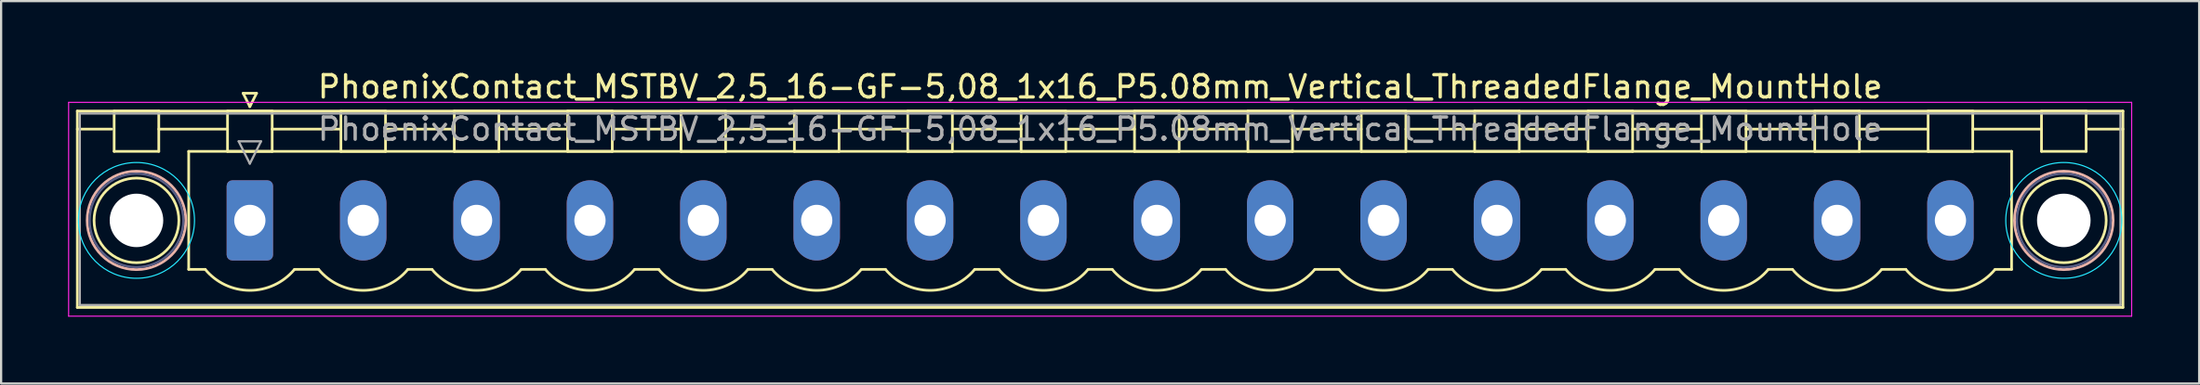
<source format=kicad_pcb>
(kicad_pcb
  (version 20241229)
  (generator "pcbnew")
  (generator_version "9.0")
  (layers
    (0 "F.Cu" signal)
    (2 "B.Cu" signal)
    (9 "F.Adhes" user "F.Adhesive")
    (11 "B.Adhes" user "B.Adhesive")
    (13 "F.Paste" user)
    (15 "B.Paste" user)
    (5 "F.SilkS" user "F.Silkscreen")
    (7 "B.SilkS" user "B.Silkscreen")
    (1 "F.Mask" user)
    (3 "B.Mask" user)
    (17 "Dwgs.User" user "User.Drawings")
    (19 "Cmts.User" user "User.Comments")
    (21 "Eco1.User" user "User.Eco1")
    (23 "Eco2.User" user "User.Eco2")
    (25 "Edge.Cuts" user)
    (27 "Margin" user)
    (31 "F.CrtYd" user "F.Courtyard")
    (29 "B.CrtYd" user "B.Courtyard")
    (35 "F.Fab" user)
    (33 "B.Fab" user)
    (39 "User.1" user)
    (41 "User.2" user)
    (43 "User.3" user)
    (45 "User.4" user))
  (footprint "PhoenixContact_MSTBV_2,5_16-GF-5,08_1x16_P5.08mm_Vertical_ThreadedFlange_MountHole"
    (layer "F.Cu")
    (at 8.145 6.848)
    (property "Reference" "PhoenixContact_MSTBV_2,5_16-GF-5,08_1x16_P5.08mm_Vertical_ThreadedFlange_MountHole" (at 38.1 -6 0) (layer "F.SilkS") (effects (font (size 1 1) (thickness 0.15))))
    (attr through_hole)
    (fp_line (start -7.73 -4.91) (end -7.73 3.91) (stroke (width 0.12) (type solid)) (layer "F.SilkS"))
    (fp_line (start -7.73 -4.1) (end -6.19 -4.1) (stroke (width 0.12) (type solid)) (layer "F.SilkS"))
    (fp_line (start -7.73 3.91) (end 83.93 3.91) (stroke (width 0.12) (type solid)) (layer "F.SilkS"))
    (fp_line (start -6.08 -4.91) (end -4.08 -4.91) (stroke (width 0.12) (type solid)) (layer "F.SilkS"))
    (fp_line (start -6.08 -3.1) (end -6.08 -4.91) (stroke (width 0.12) (type solid)) (layer "F.SilkS"))
    (fp_line (start -4.08 -4.91) (end -4.08 -3.1) (stroke (width 0.12) (type solid)) (layer "F.SilkS"))
    (fp_line (start -4.08 -4.1) (end -1 -4.1) (stroke (width 0.12) (type solid)) (layer "F.SilkS"))
    (fp_line (start -4.08 -3.1) (end -6.08 -3.1) (stroke (width 0.12) (type solid)) (layer "F.SilkS"))
    (fp_line (start -2.74 -3.1) (end 78.94 -3.1) (stroke (width 0.12) (type solid)) (layer "F.SilkS"))
    (fp_line (start -2.74 2.2) (end -2.74 -3.1) (stroke (width 0.12) (type solid)) (layer "F.SilkS"))
    (fp_line (start -2 2.2) (end -2.74 2.2) (stroke (width 0.12) (type solid)) (layer "F.SilkS"))
    (fp_line (start -1 -4.91) (end 1 -4.91) (stroke (width 0.12) (type solid)) (layer "F.SilkS"))
    (fp_line (start -1 -3.1) (end -1 -4.91) (stroke (width 0.12) (type solid)) (layer "F.SilkS"))
    (fp_line (start -0.3 -5.71) (end 0.3 -5.71) (stroke (width 0.12) (type solid)) (layer "F.SilkS"))
    (fp_line (start 0 -5.11) (end -0.3 -5.71) (stroke (width 0.12) (type solid)) (layer "F.SilkS"))
    (fp_line (start 0.3 -5.71) (end 0 -5.11) (stroke (width 0.12) (type solid)) (layer "F.SilkS"))
    (fp_line (start 1 -4.91) (end 1 -3.1) (stroke (width 0.12) (type solid)) (layer "F.SilkS"))
    (fp_line (start 1 -4.1) (end 4.08 -4.1) (stroke (width 0.12) (type solid)) (layer "F.SilkS"))
    (fp_line (start 1 -3.1) (end -1 -3.1) (stroke (width 0.12) (type solid)) (layer "F.SilkS"))
    (fp_line (start 2 2.2) (end 3.08 2.2) (stroke (width 0.12) (type solid)) (layer "F.SilkS"))
    (fp_line (start 4.08 -4.91) (end 6.08 -4.91) (stroke (width 0.12) (type solid)) (layer "F.SilkS"))
    (fp_line (start 4.08 -3.1) (end 4.08 -4.91) (stroke (width 0.12) (type solid)) (layer "F.SilkS"))
    (fp_line (start 6.08 -4.91) (end 6.08 -3.1) (stroke (width 0.12) (type solid)) (layer "F.SilkS"))
    (fp_line (start 6.08 -4.1) (end 9.16 -4.1) (stroke (width 0.12) (type solid)) (layer "F.SilkS"))
    (fp_line (start 6.08 -3.1) (end 4.08 -3.1) (stroke (width 0.12) (type solid)) (layer "F.SilkS"))
    (fp_line (start 7.08 2.2) (end 8.16 2.2) (stroke (width 0.12) (type solid)) (layer "F.SilkS"))
    (fp_line (start 9.16 -4.91) (end 11.16 -4.91) (stroke (width 0.12) (type solid)) (layer "F.SilkS"))
    (fp_line (start 9.16 -3.1) (end 9.16 -4.91) (stroke (width 0.12) (type solid)) (layer "F.SilkS"))
    (fp_line (start 11.16 -4.91) (end 11.16 -3.1) (stroke (width 0.12) (type solid)) (layer "F.SilkS"))
    (fp_line (start 11.16 -4.1) (end 14.24 -4.1) (stroke (width 0.12) (type solid)) (layer "F.SilkS"))
    (fp_line (start 11.16 -3.1) (end 9.16 -3.1) (stroke (width 0.12) (type solid)) (layer "F.SilkS"))
    (fp_line (start 12.16 2.2) (end 13.24 2.2) (stroke (width 0.12) (type solid)) (layer "F.SilkS"))
    (fp_line (start 14.24 -4.91) (end 16.24 -4.91) (stroke (width 0.12) (type solid)) (layer "F.SilkS"))
    (fp_line (start 14.24 -3.1) (end 14.24 -4.91) (stroke (width 0.12) (type solid)) (layer "F.SilkS"))
    (fp_line (start 16.24 -4.91) (end 16.24 -3.1) (stroke (width 0.12) (type solid)) (layer "F.SilkS"))
    (fp_line (start 16.24 -4.1) (end 19.32 -4.1) (stroke (width 0.12) (type solid)) (layer "F.SilkS"))
    (fp_line (start 16.24 -3.1) (end 14.24 -3.1) (stroke (width 0.12) (type solid)) (layer "F.SilkS"))
    (fp_line (start 17.24 2.2) (end 18.32 2.2) (stroke (width 0.12) (type solid)) (layer "F.SilkS"))
    (fp_line (start 19.32 -4.91) (end 21.32 -4.91) (stroke (width 0.12) (type solid)) (layer "F.SilkS"))
    (fp_line (start 19.32 -3.1) (end 19.32 -4.91) (stroke (width 0.12) (type solid)) (layer "F.SilkS"))
    (fp_line (start 21.32 -4.91) (end 21.32 -3.1) (stroke (width 0.12) (type solid)) (layer "F.SilkS"))
    (fp_line (start 21.32 -4.1) (end 24.4 -4.1) (stroke (width 0.12) (type solid)) (layer "F.SilkS"))
    (fp_line (start 21.32 -3.1) (end 19.32 -3.1) (stroke (width 0.12) (type solid)) (layer "F.SilkS"))
    (fp_line (start 22.32 2.2) (end 23.4 2.2) (stroke (width 0.12) (type solid)) (layer "F.SilkS"))
    (fp_line (start 24.4 -4.91) (end 26.4 -4.91) (stroke (width 0.12) (type solid)) (layer "F.SilkS"))
    (fp_line (start 24.4 -3.1) (end 24.4 -4.91) (stroke (width 0.12) (type solid)) (layer "F.SilkS"))
    (fp_line (start 26.4 -4.91) (end 26.4 -3.1) (stroke (width 0.12) (type solid)) (layer "F.SilkS"))
    (fp_line (start 26.4 -4.1) (end 29.48 -4.1) (stroke (width 0.12) (type solid)) (layer "F.SilkS"))
    (fp_line (start 26.4 -3.1) (end 24.4 -3.1) (stroke (width 0.12) (type solid)) (layer "F.SilkS"))
    (fp_line (start 27.4 2.2) (end 28.48 2.2) (stroke (width 0.12) (type solid)) (layer "F.SilkS"))
    (fp_line (start 29.48 -4.91) (end 31.48 -4.91) (stroke (width 0.12) (type solid)) (layer "F.SilkS"))
    (fp_line (start 29.48 -3.1) (end 29.48 -4.91) (stroke (width 0.12) (type solid)) (layer "F.SilkS"))
    (fp_line (start 31.48 -4.91) (end 31.48 -3.1) (stroke (width 0.12) (type solid)) (layer "F.SilkS"))
    (fp_line (start 31.48 -4.1) (end 34.56 -4.1) (stroke (width 0.12) (type solid)) (layer "F.SilkS"))
    (fp_line (start 31.48 -3.1) (end 29.48 -3.1) (stroke (width 0.12) (type solid)) (layer "F.SilkS"))
    (fp_line (start 32.48 2.2) (end 33.56 2.2) (stroke (width 0.12) (type solid)) (layer "F.SilkS"))
    (fp_line (start 34.56 -4.91) (end 36.56 -4.91) (stroke (width 0.12) (type solid)) (layer "F.SilkS"))
    (fp_line (start 34.56 -3.1) (end 34.56 -4.91) (stroke (width 0.12) (type solid)) (layer "F.SilkS"))
    (fp_line (start 36.56 -4.91) (end 36.56 -3.1) (stroke (width 0.12) (type solid)) (layer "F.SilkS"))
    (fp_line (start 36.56 -4.1) (end 39.64 -4.1) (stroke (width 0.12) (type solid)) (layer "F.SilkS"))
    (fp_line (start 36.56 -3.1) (end 34.56 -3.1) (stroke (width 0.12) (type solid)) (layer "F.SilkS"))
    (fp_line (start 37.56 2.2) (end 38.64 2.2) (stroke (width 0.12) (type solid)) (layer "F.SilkS"))
    (fp_line (start 39.64 -4.91) (end 41.64 -4.91) (stroke (width 0.12) (type solid)) (layer "F.SilkS"))
    (fp_line (start 39.64 -3.1) (end 39.64 -4.91) (stroke (width 0.12) (type solid)) (layer "F.SilkS"))
    (fp_line (start 41.64 -4.91) (end 41.64 -3.1) (stroke (width 0.12) (type solid)) (layer "F.SilkS"))
    (fp_line (start 41.64 -4.1) (end 44.72 -4.1) (stroke (width 0.12) (type solid)) (layer "F.SilkS"))
    (fp_line (start 41.64 -3.1) (end 39.64 -3.1) (stroke (width 0.12) (type solid)) (layer "F.SilkS"))
    (fp_line (start 42.64 2.2) (end 43.72 2.2) (stroke (width 0.12) (type solid)) (layer "F.SilkS"))
    (fp_line (start 44.72 -4.91) (end 46.72 -4.91) (stroke (width 0.12) (type solid)) (layer "F.SilkS"))
    (fp_line (start 44.72 -3.1) (end 44.72 -4.91) (stroke (width 0.12) (type solid)) (layer "F.SilkS"))
    (fp_line (start 46.72 -4.91) (end 46.72 -3.1) (stroke (width 0.12) (type solid)) (layer "F.SilkS"))
    (fp_line (start 46.72 -4.1) (end 49.8 -4.1) (stroke (width 0.12) (type solid)) (layer "F.SilkS"))
    (fp_line (start 46.72 -3.1) (end 44.72 -3.1) (stroke (width 0.12) (type solid)) (layer "F.SilkS"))
    (fp_line (start 47.72 2.2) (end 48.8 2.2) (stroke (width 0.12) (type solid)) (layer "F.SilkS"))
    (fp_line (start 49.8 -4.91) (end 51.8 -4.91) (stroke (width 0.12) (type solid)) (layer "F.SilkS"))
    (fp_line (start 49.8 -3.1) (end 49.8 -4.91) (stroke (width 0.12) (type solid)) (layer "F.SilkS"))
    (fp_line (start 51.8 -4.91) (end 51.8 -3.1) (stroke (width 0.12) (type solid)) (layer "F.SilkS"))
    (fp_line (start 51.8 -4.1) (end 54.88 -4.1) (stroke (width 0.12) (type solid)) (layer "F.SilkS"))
    (fp_line (start 51.8 -3.1) (end 49.8 -3.1) (stroke (width 0.12) (type solid)) (layer "F.SilkS"))
    (fp_line (start 52.8 2.2) (end 53.88 2.2) (stroke (width 0.12) (type solid)) (layer "F.SilkS"))
    (fp_line (start 54.88 -4.91) (end 56.88 -4.91) (stroke (width 0.12) (type solid)) (layer "F.SilkS"))
    (fp_line (start 54.88 -3.1) (end 54.88 -4.91) (stroke (width 0.12) (type solid)) (layer "F.SilkS"))
    (fp_line (start 56.88 -4.91) (end 56.88 -3.1) (stroke (width 0.12) (type solid)) (layer "F.SilkS"))
    (fp_line (start 56.88 -4.1) (end 59.96 -4.1) (stroke (width 0.12) (type solid)) (layer "F.SilkS"))
    (fp_line (start 56.88 -3.1) (end 54.88 -3.1) (stroke (width 0.12) (type solid)) (layer "F.SilkS"))
    (fp_line (start 57.88 2.2) (end 58.96 2.2) (stroke (width 0.12) (type solid)) (layer "F.SilkS"))
    (fp_line (start 59.96 -4.91) (end 61.96 -4.91) (stroke (width 0.12) (type solid)) (layer "F.SilkS"))
    (fp_line (start 59.96 -3.1) (end 59.96 -4.91) (stroke (width 0.12) (type solid)) (layer "F.SilkS"))
    (fp_line (start 61.96 -4.91) (end 61.96 -3.1) (stroke (width 0.12) (type solid)) (layer "F.SilkS"))
    (fp_line (start 61.96 -4.1) (end 65.04 -4.1) (stroke (width 0.12) (type solid)) (layer "F.SilkS"))
    (fp_line (start 61.96 -3.1) (end 59.96 -3.1) (stroke (width 0.12) (type solid)) (layer "F.SilkS"))
    (fp_line (start 62.96 2.2) (end 64.04 2.2) (stroke (width 0.12) (type solid)) (layer "F.SilkS"))
    (fp_line (start 65.04 -4.91) (end 67.04 -4.91) (stroke (width 0.12) (type solid)) (layer "F.SilkS"))
    (fp_line (start 65.04 -3.1) (end 65.04 -4.91) (stroke (width 0.12) (type solid)) (layer "F.SilkS"))
    (fp_line (start 67.04 -4.91) (end 67.04 -3.1) (stroke (width 0.12) (type solid)) (layer "F.SilkS"))
    (fp_line (start 67.04 -4.1) (end 70.12 -4.1) (stroke (width 0.12) (type solid)) (layer "F.SilkS"))
    (fp_line (start 67.04 -3.1) (end 65.04 -3.1) (stroke (width 0.12) (type solid)) (layer "F.SilkS"))
    (fp_line (start 68.04 2.2) (end 69.12 2.2) (stroke (width 0.12) (type solid)) (layer "F.SilkS"))
    (fp_line (start 70.12 -4.91) (end 72.12 -4.91) (stroke (width 0.12) (type solid)) (layer "F.SilkS"))
    (fp_line (start 70.12 -3.1) (end 70.12 -4.91) (stroke (width 0.12) (type solid)) (layer "F.SilkS"))
    (fp_line (start 72.12 -4.91) (end 72.12 -3.1) (stroke (width 0.12) (type solid)) (layer "F.SilkS"))
    (fp_line (start 72.12 -4.1) (end 75.2 -4.1) (stroke (width 0.12) (type solid)) (layer "F.SilkS"))
    (fp_line (start 72.12 -3.1) (end 70.12 -3.1) (stroke (width 0.12) (type solid)) (layer "F.SilkS"))
    (fp_line (start 73.12 2.2) (end 74.2 2.2) (stroke (width 0.12) (type solid)) (layer "F.SilkS"))
    (fp_line (start 75.2 -4.91) (end 77.2 -4.91) (stroke (width 0.12) (type solid)) (layer "F.SilkS"))
    (fp_line (start 75.2 -3.1) (end 75.2 -4.91) (stroke (width 0.12) (type solid)) (layer "F.SilkS"))
    (fp_line (start 77.2 -4.91) (end 77.2 -3.1) (stroke (width 0.12) (type solid)) (layer "F.SilkS"))
    (fp_line (start 77.2 -4.1) (end 80.28 -4.1) (stroke (width 0.12) (type solid)) (layer "F.SilkS"))
    (fp_line (start 77.2 -3.1) (end 75.2 -3.1) (stroke (width 0.12) (type solid)) (layer "F.SilkS"))
    (fp_line (start 78.94 -3.1) (end 78.94 2.2) (stroke (width 0.12) (type solid)) (layer "F.SilkS"))
    (fp_line (start 78.94 2.2) (end 78.2 2.2) (stroke (width 0.12) (type solid)) (layer "F.SilkS"))
    (fp_line (start 80.28 -4.91) (end 82.28 -4.91) (stroke (width 0.12) (type solid)) (layer "F.SilkS"))
    (fp_line (start 80.28 -3.1) (end 80.28 -4.91) (stroke (width 0.12) (type solid)) (layer "F.SilkS"))
    (fp_line (start 82.28 -4.91) (end 82.28 -3.1) (stroke (width 0.12) (type solid)) (layer "F.SilkS"))
    (fp_line (start 82.28 -3.1) (end 80.28 -3.1) (stroke (width 0.12) (type solid)) (layer "F.SilkS"))
    (fp_line (start 83.93 -4.91) (end -7.73 -4.91) (stroke (width 0.12) (type solid)) (layer "F.SilkS"))
    (fp_line (start 83.93 -4.1) (end 82.39 -4.1) (stroke (width 0.12) (type solid)) (layer "F.SilkS"))
    (fp_line (start 83.93 3.91) (end 83.93 -4.91) (stroke (width 0.12) (type solid)) (layer "F.SilkS"))
    (fp_arc (start 1.986842 2.215821) (mid -0.010289 3.142758) (end -2 2.2) (stroke (width 0.12) (type solid)) (layer "F.SilkS"))
    (fp_arc (start 7.066842 2.215821) (mid 5.069711 3.142758) (end 3.08 2.2) (stroke (width 0.12) (type solid)) (layer "F.SilkS"))
    (fp_arc (start 12.146842 2.215821) (mid 10.149711 3.142758) (end 8.16 2.2) (stroke (width 0.12) (type solid)) (layer "F.SilkS"))
    (fp_arc (start 17.226842 2.215821) (mid 15.229711 3.142758) (end 13.24 2.2) (stroke (width 0.12) (type solid)) (layer "F.SilkS"))
    (fp_arc (start 22.306842 2.215821) (mid 20.309711 3.142758) (end 18.32 2.2) (stroke (width 0.12) (type solid)) (layer "F.SilkS"))
    (fp_arc (start 27.386842 2.215821) (mid 25.389711 3.142758) (end 23.4 2.2) (stroke (width 0.12) (type solid)) (layer "F.SilkS"))
    (fp_arc (start 32.466842 2.215821) (mid 30.469711 3.142758) (end 28.48 2.2) (stroke (width 0.12) (type solid)) (layer "F.SilkS"))
    (fp_arc (start 37.546842 2.215821) (mid 35.549711 3.142758) (end 33.56 2.2) (stroke (width 0.12) (type solid)) (layer "F.SilkS"))
    (fp_arc (start 42.626842 2.215821) (mid 40.629711 3.142758) (end 38.64 2.2) (stroke (width 0.12) (type solid)) (layer "F.SilkS"))
    (fp_arc (start 47.706842 2.215821) (mid 45.709711 3.142758) (end 43.72 2.2) (stroke (width 0.12) (type solid)) (layer "F.SilkS"))
    (fp_arc (start 52.786842 2.215821) (mid 50.789711 3.142758) (end 48.8 2.2) (stroke (width 0.12) (type solid)) (layer "F.SilkS"))
    (fp_arc (start 57.866842 2.215821) (mid 55.869711 3.142758) (end 53.88 2.2) (stroke (width 0.12) (type solid)) (layer "F.SilkS"))
    (fp_arc (start 62.946842 2.215821) (mid 60.949711 3.142758) (end 58.96 2.2) (stroke (width 0.12) (type solid)) (layer "F.SilkS"))
    (fp_arc (start 68.026842 2.215821) (mid 66.029711 3.142758) (end 64.04 2.2) (stroke (width 0.12) (type solid)) (layer "F.SilkS"))
    (fp_arc (start 73.106842 2.215821) (mid 71.109711 3.142758) (end 69.12 2.2) (stroke (width 0.12) (type solid)) (layer "F.SilkS"))
    (fp_arc (start 78.186842 2.215821) (mid 76.189711 3.142758) (end 74.2 2.2) (stroke (width 0.12) (type solid)) (layer "F.SilkS"))
    (fp_circle (center -5.08 0) (end -3.18 0) (stroke (width 0.12) (type solid)) (fill no) (layer "F.SilkS"))
    (fp_circle (center 81.28 0) (end 83.18 0) (stroke (width 0.12) (type solid)) (fill no) (layer "F.SilkS"))
    (fp_circle (center -5.08 0) (end -2.87 0) (stroke (width 0.12) (type solid)) (fill no) (layer "B.SilkS"))
    (fp_circle (center 81.28 0) (end 83.49 0) (stroke (width 0.12) (type solid)) (fill no) (layer "B.SilkS"))
    (fp_circle (center -5.08 0) (end -2.48 0) (stroke (width 0.05) (type solid)) (fill no) (layer "B.CrtYd"))
    (fp_circle (center 81.28 0) (end 83.88 0) (stroke (width 0.05) (type solid)) (fill no) (layer "B.CrtYd"))
    (fp_line (start -8.12 -5.3) (end -8.12 4.3) (stroke (width 0.05) (type solid)) (layer "F.CrtYd"))
    (fp_line (start -8.12 4.3) (end 84.32 4.3) (stroke (width 0.05) (type solid)) (layer "F.CrtYd"))
    (fp_line (start 84.32 -5.3) (end -8.12 -5.3) (stroke (width 0.05) (type solid)) (layer "F.CrtYd"))
    (fp_line (start 84.32 4.3) (end 84.32 -5.3) (stroke (width 0.05) (type solid)) (layer "F.CrtYd"))
    (fp_circle (center -5.08 0) (end -2.98 0) (stroke (width 0.1) (type solid)) (fill no) (layer "B.Fab"))
    (fp_circle (center 81.28 0) (end 83.38 0) (stroke (width 0.1) (type solid)) (fill no) (layer "B.Fab"))
    (fp_line (start -7.62 -4.8) (end -7.62 3.8) (stroke (width 0.1) (type solid)) (layer "F.Fab"))
    (fp_line (start -7.62 3.8) (end 83.82 3.8) (stroke (width 0.1) (type solid)) (layer "F.Fab"))
    (fp_line (start -0.5 -3.55) (end 0.5 -3.55) (stroke (width 0.1) (type solid)) (layer "F.Fab"))
    (fp_line (start 0 -2.55) (end -0.5 -3.55) (stroke (width 0.1) (type solid)) (layer "F.Fab"))
    (fp_line (start 0.5 -3.55) (end 0 -2.55) (stroke (width 0.1) (type solid)) (layer "F.Fab"))
    (fp_line (start 83.82 -4.8) (end -7.62 -4.8) (stroke (width 0.1) (type solid)) (layer "F.Fab"))
    (fp_line (start 83.82 3.8) (end 83.82 -4.8) (stroke (width 0.1) (type solid)) (layer "F.Fab"))
    (fp_text user "${REFERENCE}" (at 38.1 -4.1 0) (layer "F.Fab") (effects (font (size 1 1) (thickness 0.15))))
    (pad "" np_thru_hole circle (at -5.08 0) (size 2.4 2.4) (drill 2.4) (layers "*.Cu" "*.Mask"))
    (pad "" np_thru_hole circle (at 81.28 0) (size 2.4 2.4) (drill 2.4) (layers "*.Cu" "*.Mask"))
    (pad "1" thru_hole roundrect (at 0 0) (size 2.08 3.6) (drill 1.4) (layers "*.Cu" "*.Mask") (roundrect_rratio 0.12))
    (pad "2" thru_hole oval (at 5.08 0) (size 2.08 3.6) (drill 1.4) (layers "*.Cu" "*.Mask"))
    (pad "3" thru_hole oval (at 10.16 0) (size 2.08 3.6) (drill 1.4) (layers "*.Cu" "*.Mask"))
    (pad "4" thru_hole oval (at 15.24 0) (size 2.08 3.6) (drill 1.4) (layers "*.Cu" "*.Mask"))
    (pad "5" thru_hole oval (at 20.32 0) (size 2.08 3.6) (drill 1.4) (layers "*.Cu" "*.Mask"))
    (pad "6" thru_hole oval (at 25.4 0) (size 2.08 3.6) (drill 1.4) (layers "*.Cu" "*.Mask"))
    (pad "7" thru_hole oval (at 30.48 0) (size 2.08 3.6) (drill 1.4) (layers "*.Cu" "*.Mask"))
    (pad "8" thru_hole oval (at 35.56 0) (size 2.08 3.6) (drill 1.4) (layers "*.Cu" "*.Mask"))
    (pad "9" thru_hole oval (at 40.64 0) (size 2.08 3.6) (drill 1.4) (layers "*.Cu" "*.Mask"))
    (pad "10" thru_hole oval (at 45.72 0) (size 2.08 3.6) (drill 1.4) (layers "*.Cu" "*.Mask"))
    (pad "11" thru_hole oval (at 50.8 0) (size 2.08 3.6) (drill 1.4) (layers "*.Cu" "*.Mask"))
    (pad "12" thru_hole oval (at 55.88 0) (size 2.08 3.6) (drill 1.4) (layers "*.Cu" "*.Mask"))
    (pad "13" thru_hole oval (at 60.96 0) (size 2.08 3.6) (drill 1.4) (layers "*.Cu" "*.Mask"))
    (pad "14" thru_hole oval (at 66.04 0) (size 2.08 3.6) (drill 1.4) (layers "*.Cu" "*.Mask"))
    (pad "15" thru_hole oval (at 71.12 0) (size 2.08 3.6) (drill 1.4) (layers "*.Cu" "*.Mask"))
    (pad "16" thru_hole oval (at 76.2 0) (size 2.08 3.6) (drill 1.4) (layers "*.Cu" "*.Mask")))
  (gr_rect
    (start -3 -3)
    (end 95.49 14.173)
    (stroke (width 0.1) (type default))
    (fill no)
    (layer "Edge.Cuts")))
</source>
